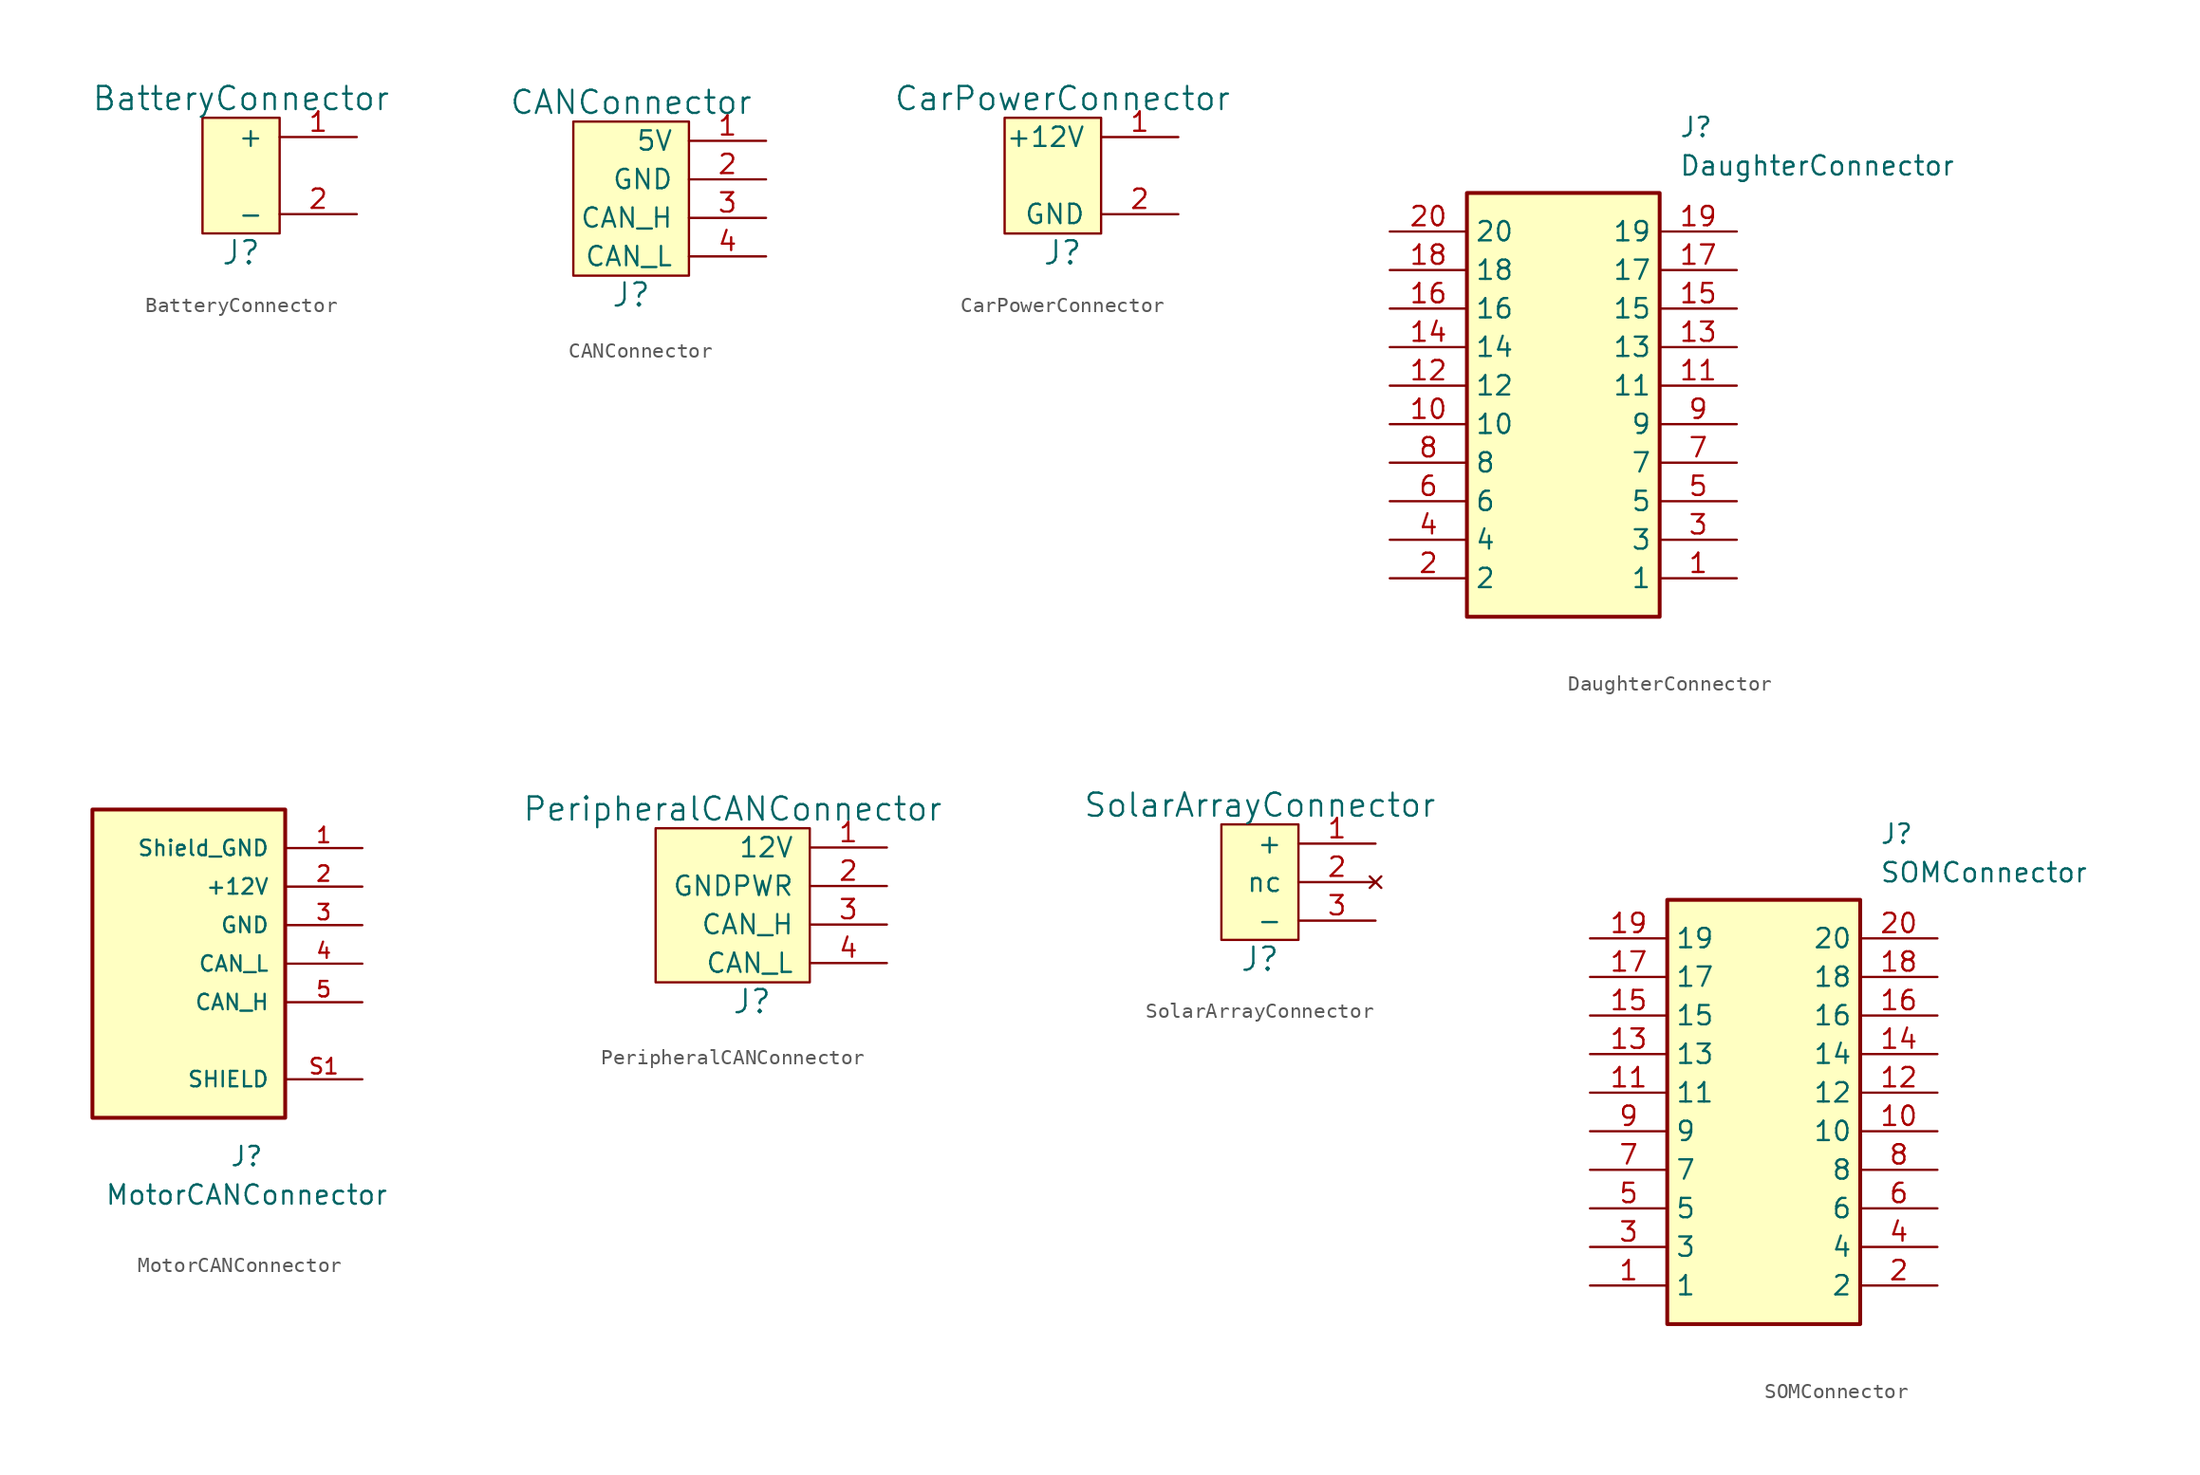
<source format=kicad_sym>
(kicad_symbol_lib
  (version 20231120)
  (generator "kicad_symbol_editor")
  (generator_version "8.0")
  (symbol "BatteryConnector"
    (pin_names
      (offset 1.016))
    (property "Reference" "J"
      (at 0 -5.08 0)
      (effects (font (size 1.524 1.524))))
    (property "Value" "BatteryConnector"
      (at 0 5.08 0)
      (effects (font (size 1.524 1.524))))
    (symbol "BatteryConnector_0_1"
      (rectangle (start 2.54 3.81) (end -2.54 -3.81) (stroke (width 0) (type solid)) (fill (type background))))
    (symbol "BatteryConnector_1_1"
      (pin passive line (at 7.62 2.54 180) (length 5.08) (name "+" (effects (font (size 1.27 1.27)))) (number "1" (effects (font (size 1.27 1.27)))))
      (pin passive line (at 7.62 -2.54 180) (length 5.08) (name "-" (effects (font (size 1.27 1.27)))) (number "2" (effects (font (size 1.27 1.27)))))))
  (symbol "CANConnector"
    (pin_names
      (offset 1.016))
    (property "Reference" "J"
      (at 0 -6.35 0)
      (effects (font (size 1.524 1.524))))
    (property "Value" "CANConnector"
      (at 0 6.35 0)
      (effects (font (size 1.524 1.524))))
    (symbol "CANConnector_0_1"
      (rectangle (start 3.81 5.08) (end -3.81 -5.08) (stroke (width 0) (type solid)) (fill (type background))))
    (symbol "CANConnector_1_1"
      (pin power_in line (at 8.89 3.81 180) (length 5.08) (name "5V" (effects (font (size 1.27 1.27)))) (number "1" (effects (font (size 1.27 1.27)))))
      (pin power_in line (at 8.89 1.27 180) (length 5.08) (name "GND" (effects (font (size 1.27 1.27)))) (number "2" (effects (font (size 1.27 1.27)))))
      (pin bidirectional line (at 8.89 -1.27 180) (length 5.08) (name "CAN_H" (effects (font (size 1.27 1.27)))) (number "3" (effects (font (size 1.27 1.27)))))
      (pin bidirectional line (at 8.89 -3.81 180) (length 5.08) (name "CAN_L" (effects (font (size 1.27 1.27)))) (number "4" (effects (font (size 1.27 1.27)))))))
  (symbol "CarPowerConnector"
    (pin_names
      (offset 1.016))
    (property "Reference" "J"
      (at 0 -5.08 0)
      (effects (font (size 1.524 1.524))))
    (property "Value" "CarPowerConnector"
      (at 0 5.08 0)
      (effects (font (size 1.524 1.524))))
    (symbol "CarPowerConnector_0_1"
      (rectangle (start 2.54 3.81) (end -3.81 -3.81) (stroke (width 0) (type solid)) (fill (type background))))
    (symbol "CarPowerConnector_1_1"
      (pin power_out line (at 7.62 2.54 180) (length 5.08) (name "+12V" (effects (font (size 1.27 1.27)))) (number "1" (effects (font (size 1.27 1.27)))))
      (pin power_out line (at 7.62 -2.54 180) (length 5.08) (name "GND" (effects (font (size 1.27 1.27)))) (number "2" (effects (font (size 1.27 1.27)))))))
  (symbol "DaughterConnector"
    (property "Reference" "J"
      (at 19.05 7.62 0)
      (effects (font (size 1.27 1.27)) (justify left top)))
    (property "Value" "DaughterConnector"
      (at 19.05 5.08 0)
      (effects (font (size 1.27 1.27)) (justify left top)))
    (symbol "DaughterConnector_1_1"
      (rectangle (start 5.08 2.54) (end 17.78 -25.4) (stroke (width 0.254) (type default)) (fill (type background)))
      (pin passive line (at 22.86 -22.86 180) (length 5.08) (name "1" (effects (font (size 1.27 1.27)))) (number "1" (effects (font (size 1.27 1.27)))))
      (pin passive line (at 0 -12.7 0) (length 5.08) (name "10" (effects (font (size 1.27 1.27)))) (number "10" (effects (font (size 1.27 1.27)))))
      (pin passive line (at 22.86 -10.16 180) (length 5.08) (name "11" (effects (font (size 1.27 1.27)))) (number "11" (effects (font (size 1.27 1.27)))))
      (pin passive line (at 0 -10.16 0) (length 5.08) (name "12" (effects (font (size 1.27 1.27)))) (number "12" (effects (font (size 1.27 1.27)))))
      (pin passive line (at 22.86 -7.62 180) (length 5.08) (name "13" (effects (font (size 1.27 1.27)))) (number "13" (effects (font (size 1.27 1.27)))))
      (pin passive line (at 0 -7.62 0) (length 5.08) (name "14" (effects (font (size 1.27 1.27)))) (number "14" (effects (font (size 1.27 1.27)))))
      (pin passive line (at 22.86 -5.08 180) (length 5.08) (name "15" (effects (font (size 1.27 1.27)))) (number "15" (effects (font (size 1.27 1.27)))))
      (pin passive line (at 0 -5.08 0) (length 5.08) (name "16" (effects (font (size 1.27 1.27)))) (number "16" (effects (font (size 1.27 1.27)))))
      (pin passive line (at 22.86 -2.54 180) (length 5.08) (name "17" (effects (font (size 1.27 1.27)))) (number "17" (effects (font (size 1.27 1.27)))))
      (pin passive line (at 0 -2.54 0) (length 5.08) (name "18" (effects (font (size 1.27 1.27)))) (number "18" (effects (font (size 1.27 1.27)))))
      (pin passive line (at 22.86 0 180) (length 5.08) (name "19" (effects (font (size 1.27 1.27)))) (number "19" (effects (font (size 1.27 1.27)))))
      (pin passive line (at 0 -22.86 0) (length 5.08) (name "2" (effects (font (size 1.27 1.27)))) (number "2" (effects (font (size 1.27 1.27)))))
      (pin passive line (at 0 0 0) (length 5.08) (name "20" (effects (font (size 1.27 1.27)))) (number "20" (effects (font (size 1.27 1.27)))))
      (pin passive line (at 22.86 -20.32 180) (length 5.08) (name "3" (effects (font (size 1.27 1.27)))) (number "3" (effects (font (size 1.27 1.27)))))
      (pin passive line (at 0 -20.32 0) (length 5.08) (name "4" (effects (font (size 1.27 1.27)))) (number "4" (effects (font (size 1.27 1.27)))))
      (pin passive line (at 22.86 -17.78 180) (length 5.08) (name "5" (effects (font (size 1.27 1.27)))) (number "5" (effects (font (size 1.27 1.27)))))
      (pin passive line (at 0 -17.78 0) (length 5.08) (name "6" (effects (font (size 1.27 1.27)))) (number "6" (effects (font (size 1.27 1.27)))))
      (pin passive line (at 22.86 -15.24 180) (length 5.08) (name "7" (effects (font (size 1.27 1.27)))) (number "7" (effects (font (size 1.27 1.27)))))
      (pin passive line (at 0 -15.24 0) (length 5.08) (name "8" (effects (font (size 1.27 1.27)))) (number "8" (effects (font (size 1.27 1.27)))))
      (pin passive line (at 22.86 -12.7 180) (length 5.08) (name "9" (effects (font (size 1.27 1.27)))) (number "9" (effects (font (size 1.27 1.27)))))))
  (symbol "MotorCANConnector"
    (pin_names
      (offset 1.016))
    (property "Reference" "J"
      (at 0 0 0)
      (effects (font (size 1.27 1.27))))
    (property "Value" "MotorCANConnector"
      (at 0 -2.54 0)
      (effects (font (size 1.27 1.27))))
    (symbol "MotorCANConnector_1_1"
      (rectangle (start -10.16 22.86) (end 2.54 2.54) (stroke (width 0.254) (type solid)) (fill (type background)))
      (pin power_in line (at 7.62 20.32 180) (length 5.08) (name "Shield_GND" (effects (font (size 1.016 1.016)))) (number "1" (effects (font (size 1.016 1.016)))))
      (pin power_in line (at 7.62 17.78 180) (length 5.08) (name "+12V" (effects (font (size 1.016 1.016)))) (number "2" (effects (font (size 1.016 1.016)))))
      (pin power_in line (at 7.62 15.24 180) (length 5.08) (name "GND" (effects (font (size 1.016 1.016)))) (number "3" (effects (font (size 1.016 1.016)))))
      (pin bidirectional line (at 7.62 12.7 180) (length 5.08) (name "CAN_L" (effects (font (size 1.016 1.016)))) (number "4" (effects (font (size 1.016 1.016)))))
      (pin bidirectional line (at 7.62 10.16 180) (length 5.08) (name "CAN_H" (effects (font (size 1.016 1.016)))) (number "5" (effects (font (size 1.016 1.016)))))
      (pin passive line (at 7.62 5.08 180) (length 5.08) (name "SHIELD" (effects (font (size 1.016 1.016)))) (number "S1" (effects (font (size 1.016 1.016)))))))
  (symbol "PeripheralCANConnector"
    (pin_names
      (offset 1.016))
    (property "Reference" "J"
      (at 1.27 -6.35 0)
      (effects (font (size 1.524 1.524))))
    (property "Value" "PeripheralCANConnector"
      (at 0 6.35 0)
      (effects (font (size 1.524 1.524))))
    (symbol "PeripheralCANConnector_0_1"
      (rectangle (start -5.08 5.08) (end 5.08 -5.08) (stroke (width 0) (type solid)) (fill (type background))))
    (symbol "PeripheralCANConnector_1_1"
      (pin power_in line (at 10.16 3.81 180) (length 5.08) (name "12V" (effects (font (size 1.27 1.27)))) (number "1" (effects (font (size 1.27 1.27)))))
      (pin power_in line (at 10.16 1.27 180) (length 5.08) (name "GNDPWR" (effects (font (size 1.27 1.27)))) (number "2" (effects (font (size 1.27 1.27)))))
      (pin bidirectional line (at 10.16 -1.27 180) (length 5.08) (name "CAN_H" (effects (font (size 1.27 1.27)))) (number "3" (effects (font (size 1.27 1.27)))))
      (pin bidirectional line (at 10.16 -3.81 180) (length 5.08) (name "CAN_L" (effects (font (size 1.27 1.27)))) (number "4" (effects (font (size 1.27 1.27)))))))
  (symbol "SolarArrayConnector"
    (pin_names
      (offset 1.016))
    (property "Reference" "J"
      (at 0 -5.08 0)
      (effects (font (size 1.524 1.524))))
    (property "Value" "SolarArrayConnector"
      (at 0 5.08 0)
      (effects (font (size 1.524 1.524))))
    (symbol "SolarArrayConnector_0_1"
      (rectangle (start 2.54 3.81) (end -2.54 -3.81) (stroke (width 0) (type solid)) (fill (type background))))
    (symbol "SolarArrayConnector_1_1"
      (pin passive line (at 7.62 2.54 180) (length 5.08) (name "+" (effects (font (size 1.27 1.27)))) (number "1" (effects (font (size 1.27 1.27)))))
      (pin no_connect line (at 7.62 0 180) (length 5.08) (name "nc" (effects (font (size 1.27 1.27)))) (number "2" (effects (font (size 1.27 1.27)))))
      (pin passive line (at 7.62 -2.54 180) (length 5.08) (name "-" (effects (font (size 1.27 1.27)))) (number "3" (effects (font (size 1.27 1.27)))))))
  (symbol "SOMConnector"
    (property "Reference" "J"
      (at 19.05 7.62 0)
      (effects (font (size 1.27 1.27)) (justify left top)))
    (property "Value" "SOMConnector"
      (at 19.05 5.08 0)
      (effects (font (size 1.27 1.27)) (justify left top)))
    (symbol "SOMConnector_1_1"
      (rectangle (start 5.08 2.54) (end 17.78 -25.4) (stroke (width 0.254) (type default)) (fill (type background)))
      (pin passive line (at 0 -22.86 0) (length 5.08) (name "1" (effects (font (size 1.27 1.27)))) (number "1" (effects (font (size 1.27 1.27)))))
      (pin passive line (at 22.86 -12.7 180) (length 5.08) (name "10" (effects (font (size 1.27 1.27)))) (number "10" (effects (font (size 1.27 1.27)))))
      (pin passive line (at 0 -10.16 0) (length 5.08) (name "11" (effects (font (size 1.27 1.27)))) (number "11" (effects (font (size 1.27 1.27)))))
      (pin passive line (at 22.86 -10.16 180) (length 5.08) (name "12" (effects (font (size 1.27 1.27)))) (number "12" (effects (font (size 1.27 1.27)))))
      (pin passive line (at 0 -7.62 0) (length 5.08) (name "13" (effects (font (size 1.27 1.27)))) (number "13" (effects (font (size 1.27 1.27)))))
      (pin passive line (at 22.86 -7.62 180) (length 5.08) (name "14" (effects (font (size 1.27 1.27)))) (number "14" (effects (font (size 1.27 1.27)))))
      (pin passive line (at 0 -5.08 0) (length 5.08) (name "15" (effects (font (size 1.27 1.27)))) (number "15" (effects (font (size 1.27 1.27)))))
      (pin passive line (at 22.86 -5.08 180) (length 5.08) (name "16" (effects (font (size 1.27 1.27)))) (number "16" (effects (font (size 1.27 1.27)))))
      (pin passive line (at 0 -2.54 0) (length 5.08) (name "17" (effects (font (size 1.27 1.27)))) (number "17" (effects (font (size 1.27 1.27)))))
      (pin passive line (at 22.86 -2.54 180) (length 5.08) (name "18" (effects (font (size 1.27 1.27)))) (number "18" (effects (font (size 1.27 1.27)))))
      (pin passive line (at 0 0 0) (length 5.08) (name "19" (effects (font (size 1.27 1.27)))) (number "19" (effects (font (size 1.27 1.27)))))
      (pin passive line (at 22.86 -22.86 180) (length 5.08) (name "2" (effects (font (size 1.27 1.27)))) (number "2" (effects (font (size 1.27 1.27)))))
      (pin passive line (at 22.86 0 180) (length 5.08) (name "20" (effects (font (size 1.27 1.27)))) (number "20" (effects (font (size 1.27 1.27)))))
      (pin passive line (at 0 -20.32 0) (length 5.08) (name "3" (effects (font (size 1.27 1.27)))) (number "3" (effects (font (size 1.27 1.27)))))
      (pin passive line (at 22.86 -20.32 180) (length 5.08) (name "4" (effects (font (size 1.27 1.27)))) (number "4" (effects (font (size 1.27 1.27)))))
      (pin passive line (at 0 -17.78 0) (length 5.08) (name "5" (effects (font (size 1.27 1.27)))) (number "5" (effects (font (size 1.27 1.27)))))
      (pin passive line (at 22.86 -17.78 180) (length 5.08) (name "6" (effects (font (size 1.27 1.27)))) (number "6" (effects (font (size 1.27 1.27)))))
      (pin passive line (at 0 -15.24 0) (length 5.08) (name "7" (effects (font (size 1.27 1.27)))) (number "7" (effects (font (size 1.27 1.27)))))
      (pin passive line (at 22.86 -15.24 180) (length 5.08) (name "8" (effects (font (size 1.27 1.27)))) (number "8" (effects (font (size 1.27 1.27)))))
      (pin passive line (at 0 -12.7 0) (length 5.08) (name "9" (effects (font (size 1.27 1.27)))) (number "9" (effects (font (size 1.27 1.27))))))))
</source>
